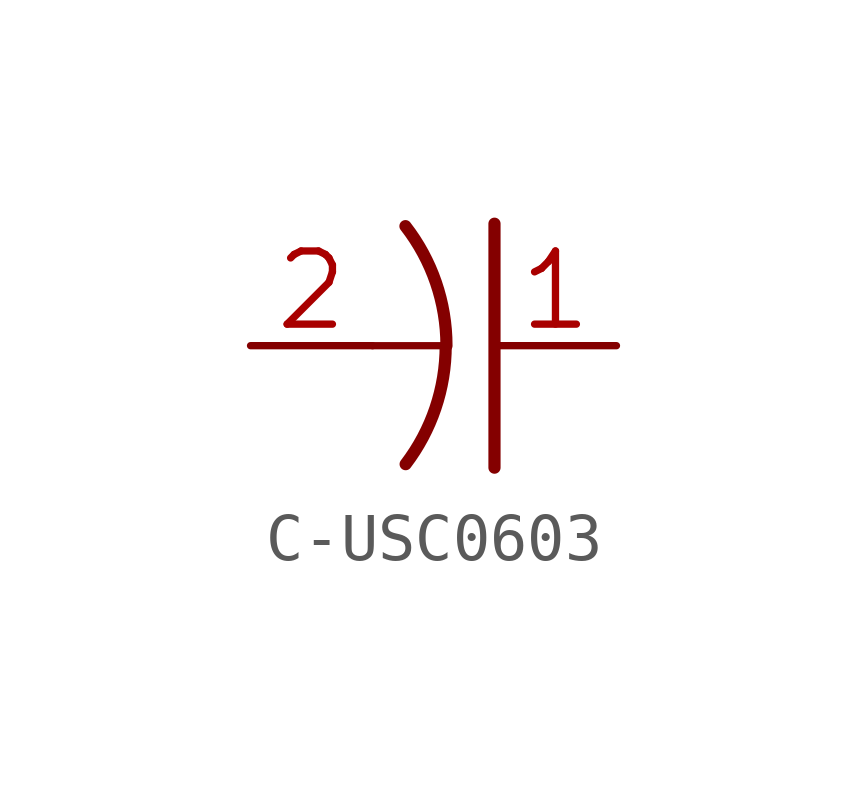
<source format=kicad_sym>
(kicad_symbol_lib
  (version 20241209)
  (generator "kicad_symbol_editor")
  (generator_version "9.0")
  (symbol "C-USC0603"
    (property "Reference" "C"
      (at 0 0 0)
      (effects (font (size 1.27 1.27)) (hide yes)))
    (property "ki_locked" ""
      (at 0 0 0)
      (effects (font (size 1.27 1.27))))
    (symbol "C-USC0603_1_0"
      (arc (start 0.2541 0) (mid 0.04 -1.3021) (end -0.58 -2.467) (stroke (width 0.254) (type solid)) (fill (type none)))
      (arc (start -0.584 2.489) (mid 0.0506 1.3157) (end 0.27 0) (stroke (width 0.254) (type solid)) (fill (type none)))
      (polyline (pts (xy 0.254 0) (xy -1.27 0)) (stroke (width 0.152) (type solid)) (fill (type none)))
      (polyline (pts (xy 1.27 -2.54) (xy 1.27 2.54)) (stroke (width 0.254) (type solid)) (fill (type none)))
      (pin passive line (at -3.81 0 0) (length 2.54) (name "2" (effects (font (size 0 0)))) (number "2" (effects (font (size 1.524 1.524)))))
      (pin passive line (at 3.81 0 180) (length 2.54) (name "1" (effects (font (size 0 0)))) (number "1" (effects (font (size 1.524 1.524))))))))
</source>
